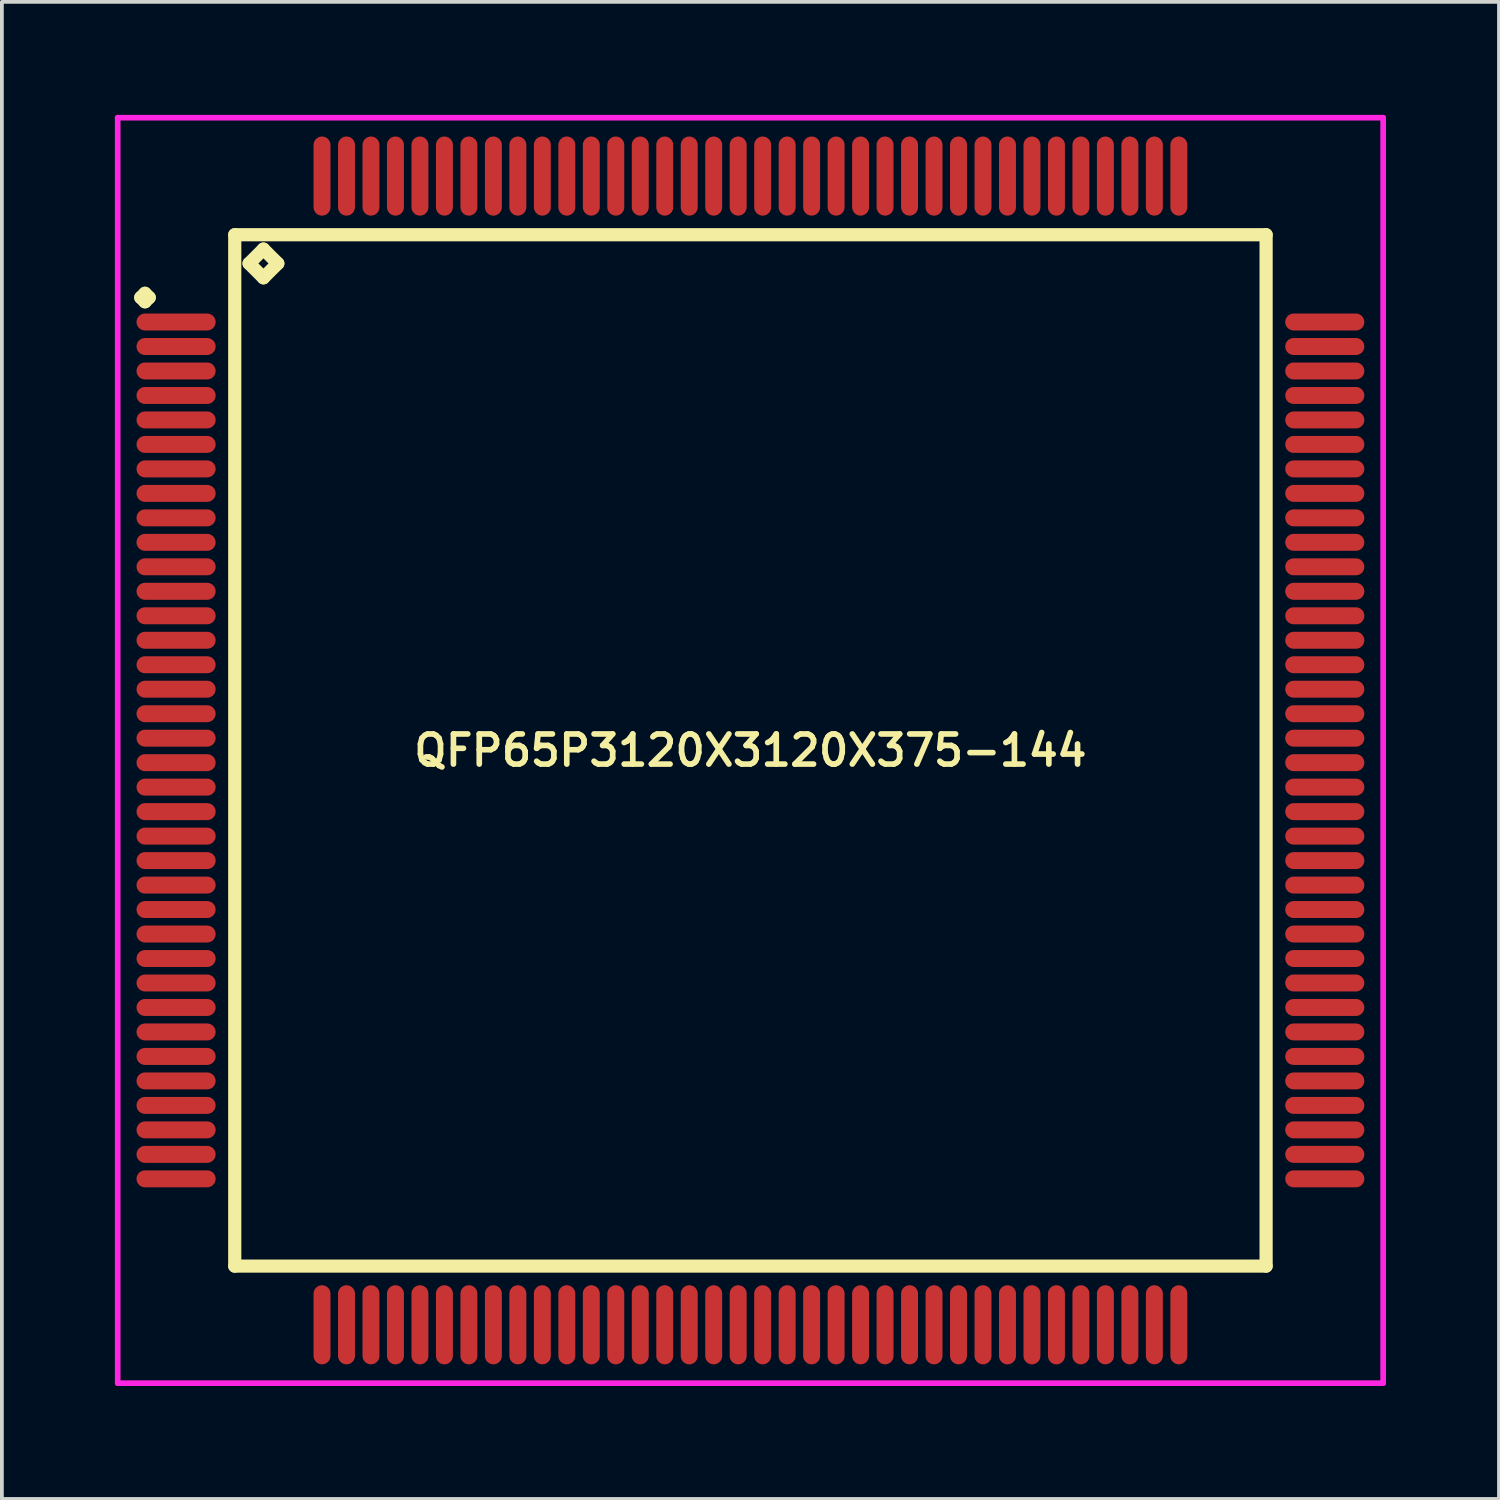
<source format=kicad_pcb>
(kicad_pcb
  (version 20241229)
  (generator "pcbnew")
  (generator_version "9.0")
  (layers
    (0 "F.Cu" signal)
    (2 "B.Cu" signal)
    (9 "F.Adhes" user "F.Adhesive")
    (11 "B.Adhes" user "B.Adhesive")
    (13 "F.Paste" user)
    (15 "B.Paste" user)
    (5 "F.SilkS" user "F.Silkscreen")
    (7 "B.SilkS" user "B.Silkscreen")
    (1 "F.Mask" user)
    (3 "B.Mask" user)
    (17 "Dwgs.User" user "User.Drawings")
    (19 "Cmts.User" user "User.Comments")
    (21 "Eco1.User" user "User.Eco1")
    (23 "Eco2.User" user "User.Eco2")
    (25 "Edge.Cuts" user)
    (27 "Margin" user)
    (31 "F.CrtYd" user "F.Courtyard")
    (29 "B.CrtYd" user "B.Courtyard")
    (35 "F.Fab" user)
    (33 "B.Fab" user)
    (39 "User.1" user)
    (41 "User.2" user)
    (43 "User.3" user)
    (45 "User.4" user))
  (footprint "QFP65P3120X3120X375-144"
    (layer "F.Cu")
    (at 16.875 16.875)
    (property "Reference" "QFP65P3120X3120X375-144" (at 0 0 0) (layer "F.SilkS") (effects (font (size 0.8 0.8) (thickness 0.15))))
    (attr smd)
    (fp_line (start -16.188 -12.025) (end -16.075 -12.137) (stroke (width 0.35) (type solid)) (layer "F.SilkS"))
    (fp_line (start -16.075 -12.137) (end -15.963 -12.025) (stroke (width 0.35) (type solid)) (layer "F.SilkS"))
    (fp_line (start -16.075 -11.912) (end -16.188 -12.025) (stroke (width 0.35) (type solid)) (layer "F.SilkS"))
    (fp_line (start -15.963 -12.025) (end -16.075 -11.912) (stroke (width 0.35) (type solid)) (layer "F.SilkS"))
    (fp_line (start -13.692 -13.692) (end -13.692 13.692) (stroke (width 0.35) (type solid)) (layer "F.SilkS"))
    (fp_line (start -13.692 13.692) (end 13.692 13.692) (stroke (width 0.35) (type solid)) (layer "F.SilkS"))
    (fp_line (start -13.311 -12.93) (end -12.93 -13.311) (stroke (width 0.35) (type solid)) (layer "F.SilkS"))
    (fp_line (start -12.93 -13.311) (end -12.549 -12.93) (stroke (width 0.35) (type solid)) (layer "F.SilkS"))
    (fp_line (start -12.93 -12.549) (end -13.311 -12.93) (stroke (width 0.35) (type solid)) (layer "F.SilkS"))
    (fp_line (start -12.549 -12.93) (end -12.93 -12.549) (stroke (width 0.35) (type solid)) (layer "F.SilkS"))
    (fp_line (start 13.692 -13.692) (end -13.692 -13.692) (stroke (width 0.35) (type solid)) (layer "F.SilkS"))
    (fp_line (start 13.692 13.692) (end 13.692 -13.692) (stroke (width 0.35) (type solid)) (layer "F.SilkS"))
    (fp_line (start -16.8 -16.8) (end 16.8 -16.8) (stroke (width 0.15) (type solid)) (layer "F.CrtYd"))
    (fp_line (start -16.8 16.8) (end -16.8 -16.8) (stroke (width 0.15) (type solid)) (layer "F.CrtYd"))
    (fp_line (start 16.8 -16.8) (end 16.8 16.8) (stroke (width 0.15) (type solid)) (layer "F.CrtYd"))
    (fp_line (start 16.8 16.8) (end -16.8 16.8) (stroke (width 0.15) (type solid)) (layer "F.CrtYd"))
    (pad "1" smd oval (at -15.25 -11.375) (size 2.1 0.45) (layers "F.Cu" "F.Mask" "F.Paste"))
    (pad "2" smd oval (at -15.25 -10.725) (size 2.1 0.45) (layers "F.Cu" "F.Mask" "F.Paste"))
    (pad "3" smd oval (at -15.25 -10.075) (size 2.1 0.45) (layers "F.Cu" "F.Mask" "F.Paste"))
    (pad "4" smd oval (at -15.25 -9.425) (size 2.1 0.45) (layers "F.Cu" "F.Mask" "F.Paste"))
    (pad "5" smd oval (at -15.25 -8.775) (size 2.1 0.45) (layers "F.Cu" "F.Mask" "F.Paste"))
    (pad "6" smd oval (at -15.25 -8.125) (size 2.1 0.45) (layers "F.Cu" "F.Mask" "F.Paste"))
    (pad "7" smd oval (at -15.25 -7.475) (size 2.1 0.45) (layers "F.Cu" "F.Mask" "F.Paste"))
    (pad "8" smd oval (at -15.25 -6.825) (size 2.1 0.45) (layers "F.Cu" "F.Mask" "F.Paste"))
    (pad "9" smd oval (at -15.25 -6.175) (size 2.1 0.45) (layers "F.Cu" "F.Mask" "F.Paste"))
    (pad "10" smd oval (at -15.25 -5.525) (size 2.1 0.45) (layers "F.Cu" "F.Mask" "F.Paste"))
    (pad "11" smd oval (at -15.25 -4.875) (size 2.1 0.45) (layers "F.Cu" "F.Mask" "F.Paste"))
    (pad "12" smd oval (at -15.25 -4.225) (size 2.1 0.45) (layers "F.Cu" "F.Mask" "F.Paste"))
    (pad "13" smd oval (at -15.25 -3.575) (size 2.1 0.45) (layers "F.Cu" "F.Mask" "F.Paste"))
    (pad "14" smd oval (at -15.25 -2.925) (size 2.1 0.45) (layers "F.Cu" "F.Mask" "F.Paste"))
    (pad "15" smd oval (at -15.25 -2.275) (size 2.1 0.45) (layers "F.Cu" "F.Mask" "F.Paste"))
    (pad "16" smd oval (at -15.25 -1.625) (size 2.1 0.45) (layers "F.Cu" "F.Mask" "F.Paste"))
    (pad "17" smd oval (at -15.25 -0.975) (size 2.1 0.45) (layers "F.Cu" "F.Mask" "F.Paste"))
    (pad "18" smd oval (at -15.25 -0.325) (size 2.1 0.45) (layers "F.Cu" "F.Mask" "F.Paste"))
    (pad "19" smd oval (at -15.25 0.325) (size 2.1 0.45) (layers "F.Cu" "F.Mask" "F.Paste"))
    (pad "20" smd oval (at -15.25 0.975) (size 2.1 0.45) (layers "F.Cu" "F.Mask" "F.Paste"))
    (pad "21" smd oval (at -15.25 1.625) (size 2.1 0.45) (layers "F.Cu" "F.Mask" "F.Paste"))
    (pad "22" smd oval (at -15.25 2.275) (size 2.1 0.45) (layers "F.Cu" "F.Mask" "F.Paste"))
    (pad "23" smd oval (at -15.25 2.925) (size 2.1 0.45) (layers "F.Cu" "F.Mask" "F.Paste"))
    (pad "24" smd oval (at -15.25 3.575) (size 2.1 0.45) (layers "F.Cu" "F.Mask" "F.Paste"))
    (pad "25" smd oval (at -15.25 4.225) (size 2.1 0.45) (layers "F.Cu" "F.Mask" "F.Paste"))
    (pad "26" smd oval (at -15.25 4.875) (size 2.1 0.45) (layers "F.Cu" "F.Mask" "F.Paste"))
    (pad "27" smd oval (at -15.25 5.525) (size 2.1 0.45) (layers "F.Cu" "F.Mask" "F.Paste"))
    (pad "28" smd oval (at -15.25 6.175) (size 2.1 0.45) (layers "F.Cu" "F.Mask" "F.Paste"))
    (pad "29" smd oval (at -15.25 6.825) (size 2.1 0.45) (layers "F.Cu" "F.Mask" "F.Paste"))
    (pad "30" smd oval (at -15.25 7.475) (size 2.1 0.45) (layers "F.Cu" "F.Mask" "F.Paste"))
    (pad "31" smd oval (at -15.25 8.125) (size 2.1 0.45) (layers "F.Cu" "F.Mask" "F.Paste"))
    (pad "32" smd oval (at -15.25 8.775) (size 2.1 0.45) (layers "F.Cu" "F.Mask" "F.Paste"))
    (pad "33" smd oval (at -15.25 9.425) (size 2.1 0.45) (layers "F.Cu" "F.Mask" "F.Paste"))
    (pad "34" smd oval (at -15.25 10.075) (size 2.1 0.45) (layers "F.Cu" "F.Mask" "F.Paste"))
    (pad "35" smd oval (at -15.25 10.725) (size 2.1 0.45) (layers "F.Cu" "F.Mask" "F.Paste"))
    (pad "36" smd oval (at -15.25 11.375) (size 2.1 0.45) (layers "F.Cu" "F.Mask" "F.Paste"))
    (pad "37" smd oval (at -11.375 15.25) (size 0.45 2.1) (layers "F.Cu" "F.Mask" "F.Paste"))
    (pad "38" smd oval (at -10.725 15.25) (size 0.45 2.1) (layers "F.Cu" "F.Mask" "F.Paste"))
    (pad "39" smd oval (at -10.075 15.25) (size 0.45 2.1) (layers "F.Cu" "F.Mask" "F.Paste"))
    (pad "40" smd oval (at -9.425 15.25) (size 0.45 2.1) (layers "F.Cu" "F.Mask" "F.Paste"))
    (pad "41" smd oval (at -8.775 15.25) (size 0.45 2.1) (layers "F.Cu" "F.Mask" "F.Paste"))
    (pad "42" smd oval (at -8.125 15.25) (size 0.45 2.1) (layers "F.Cu" "F.Mask" "F.Paste"))
    (pad "43" smd oval (at -7.475 15.25) (size 0.45 2.1) (layers "F.Cu" "F.Mask" "F.Paste"))
    (pad "44" smd oval (at -6.825 15.25) (size 0.45 2.1) (layers "F.Cu" "F.Mask" "F.Paste"))
    (pad "45" smd oval (at -6.175 15.25) (size 0.45 2.1) (layers "F.Cu" "F.Mask" "F.Paste"))
    (pad "46" smd oval (at -5.525 15.25) (size 0.45 2.1) (layers "F.Cu" "F.Mask" "F.Paste"))
    (pad "47" smd oval (at -4.875 15.25) (size 0.45 2.1) (layers "F.Cu" "F.Mask" "F.Paste"))
    (pad "48" smd oval (at -4.225 15.25) (size 0.45 2.1) (layers "F.Cu" "F.Mask" "F.Paste"))
    (pad "49" smd oval (at -3.575 15.25) (size 0.45 2.1) (layers "F.Cu" "F.Mask" "F.Paste"))
    (pad "50" smd oval (at -2.925 15.25) (size 0.45 2.1) (layers "F.Cu" "F.Mask" "F.Paste"))
    (pad "51" smd oval (at -2.275 15.25) (size 0.45 2.1) (layers "F.Cu" "F.Mask" "F.Paste"))
    (pad "52" smd oval (at -1.625 15.25) (size 0.45 2.1) (layers "F.Cu" "F.Mask" "F.Paste"))
    (pad "53" smd oval (at -0.975 15.25) (size 0.45 2.1) (layers "F.Cu" "F.Mask" "F.Paste"))
    (pad "54" smd oval (at -0.325 15.25) (size 0.45 2.1) (layers "F.Cu" "F.Mask" "F.Paste"))
    (pad "55" smd oval (at 0.325 15.25) (size 0.45 2.1) (layers "F.Cu" "F.Mask" "F.Paste"))
    (pad "56" smd oval (at 0.975 15.25) (size 0.45 2.1) (layers "F.Cu" "F.Mask" "F.Paste"))
    (pad "57" smd oval (at 1.625 15.25) (size 0.45 2.1) (layers "F.Cu" "F.Mask" "F.Paste"))
    (pad "58" smd oval (at 2.275 15.25) (size 0.45 2.1) (layers "F.Cu" "F.Mask" "F.Paste"))
    (pad "59" smd oval (at 2.925 15.25) (size 0.45 2.1) (layers "F.Cu" "F.Mask" "F.Paste"))
    (pad "60" smd oval (at 3.575 15.25) (size 0.45 2.1) (layers "F.Cu" "F.Mask" "F.Paste"))
    (pad "61" smd oval (at 4.225 15.25) (size 0.45 2.1) (layers "F.Cu" "F.Mask" "F.Paste"))
    (pad "62" smd oval (at 4.875 15.25) (size 0.45 2.1) (layers "F.Cu" "F.Mask" "F.Paste"))
    (pad "63" smd oval (at 5.525 15.25) (size 0.45 2.1) (layers "F.Cu" "F.Mask" "F.Paste"))
    (pad "64" smd oval (at 6.175 15.25) (size 0.45 2.1) (layers "F.Cu" "F.Mask" "F.Paste"))
    (pad "65" smd oval (at 6.825 15.25) (size 0.45 2.1) (layers "F.Cu" "F.Mask" "F.Paste"))
    (pad "66" smd oval (at 7.475 15.25) (size 0.45 2.1) (layers "F.Cu" "F.Mask" "F.Paste"))
    (pad "67" smd oval (at 8.125 15.25) (size 0.45 2.1) (layers "F.Cu" "F.Mask" "F.Paste"))
    (pad "68" smd oval (at 8.775 15.25) (size 0.45 2.1) (layers "F.Cu" "F.Mask" "F.Paste"))
    (pad "69" smd oval (at 9.425 15.25) (size 0.45 2.1) (layers "F.Cu" "F.Mask" "F.Paste"))
    (pad "70" smd oval (at 10.075 15.25) (size 0.45 2.1) (layers "F.Cu" "F.Mask" "F.Paste"))
    (pad "71" smd oval (at 10.725 15.25) (size 0.45 2.1) (layers "F.Cu" "F.Mask" "F.Paste"))
    (pad "72" smd oval (at 11.375 15.25) (size 0.45 2.1) (layers "F.Cu" "F.Mask" "F.Paste"))
    (pad "73" smd oval (at 15.25 11.375) (size 2.1 0.45) (layers "F.Cu" "F.Mask" "F.Paste"))
    (pad "74" smd oval (at 15.25 10.725) (size 2.1 0.45) (layers "F.Cu" "F.Mask" "F.Paste"))
    (pad "75" smd oval (at 15.25 10.075) (size 2.1 0.45) (layers "F.Cu" "F.Mask" "F.Paste"))
    (pad "76" smd oval (at 15.25 9.425) (size 2.1 0.45) (layers "F.Cu" "F.Mask" "F.Paste"))
    (pad "77" smd oval (at 15.25 8.775) (size 2.1 0.45) (layers "F.Cu" "F.Mask" "F.Paste"))
    (pad "78" smd oval (at 15.25 8.125) (size 2.1 0.45) (layers "F.Cu" "F.Mask" "F.Paste"))
    (pad "79" smd oval (at 15.25 7.475) (size 2.1 0.45) (layers "F.Cu" "F.Mask" "F.Paste"))
    (pad "80" smd oval (at 15.25 6.825) (size 2.1 0.45) (layers "F.Cu" "F.Mask" "F.Paste"))
    (pad "81" smd oval (at 15.25 6.175) (size 2.1 0.45) (layers "F.Cu" "F.Mask" "F.Paste"))
    (pad "82" smd oval (at 15.25 5.525) (size 2.1 0.45) (layers "F.Cu" "F.Mask" "F.Paste"))
    (pad "83" smd oval (at 15.25 4.875) (size 2.1 0.45) (layers "F.Cu" "F.Mask" "F.Paste"))
    (pad "84" smd oval (at 15.25 4.225) (size 2.1 0.45) (layers "F.Cu" "F.Mask" "F.Paste"))
    (pad "85" smd oval (at 15.25 3.575) (size 2.1 0.45) (layers "F.Cu" "F.Mask" "F.Paste"))
    (pad "86" smd oval (at 15.25 2.925) (size 2.1 0.45) (layers "F.Cu" "F.Mask" "F.Paste"))
    (pad "87" smd oval (at 15.25 2.275) (size 2.1 0.45) (layers "F.Cu" "F.Mask" "F.Paste"))
    (pad "88" smd oval (at 15.25 1.625) (size 2.1 0.45) (layers "F.Cu" "F.Mask" "F.Paste"))
    (pad "89" smd oval (at 15.25 0.975) (size 2.1 0.45) (layers "F.Cu" "F.Mask" "F.Paste"))
    (pad "90" smd oval (at 15.25 0.325) (size 2.1 0.45) (layers "F.Cu" "F.Mask" "F.Paste"))
    (pad "91" smd oval (at 15.25 -0.325) (size 2.1 0.45) (layers "F.Cu" "F.Mask" "F.Paste"))
    (pad "92" smd oval (at 15.25 -0.975) (size 2.1 0.45) (layers "F.Cu" "F.Mask" "F.Paste"))
    (pad "93" smd oval (at 15.25 -1.625) (size 2.1 0.45) (layers "F.Cu" "F.Mask" "F.Paste"))
    (pad "94" smd oval (at 15.25 -2.275) (size 2.1 0.45) (layers "F.Cu" "F.Mask" "F.Paste"))
    (pad "95" smd oval (at 15.25 -2.925) (size 2.1 0.45) (layers "F.Cu" "F.Mask" "F.Paste"))
    (pad "96" smd oval (at 15.25 -3.575) (size 2.1 0.45) (layers "F.Cu" "F.Mask" "F.Paste"))
    (pad "97" smd oval (at 15.25 -4.225) (size 2.1 0.45) (layers "F.Cu" "F.Mask" "F.Paste"))
    (pad "98" smd oval (at 15.25 -4.875) (size 2.1 0.45) (layers "F.Cu" "F.Mask" "F.Paste"))
    (pad "99" smd oval (at 15.25 -5.525) (size 2.1 0.45) (layers "F.Cu" "F.Mask" "F.Paste"))
    (pad "100" smd oval (at 15.25 -6.175) (size 2.1 0.45) (layers "F.Cu" "F.Mask" "F.Paste"))
    (pad "101" smd oval (at 15.25 -6.825) (size 2.1 0.45) (layers "F.Cu" "F.Mask" "F.Paste"))
    (pad "102" smd oval (at 15.25 -7.475) (size 2.1 0.45) (layers "F.Cu" "F.Mask" "F.Paste"))
    (pad "103" smd oval (at 15.25 -8.125) (size 2.1 0.45) (layers "F.Cu" "F.Mask" "F.Paste"))
    (pad "104" smd oval (at 15.25 -8.775) (size 2.1 0.45) (layers "F.Cu" "F.Mask" "F.Paste"))
    (pad "105" smd oval (at 15.25 -9.425) (size 2.1 0.45) (layers "F.Cu" "F.Mask" "F.Paste"))
    (pad "106" smd oval (at 15.25 -10.075) (size 2.1 0.45) (layers "F.Cu" "F.Mask" "F.Paste"))
    (pad "107" smd oval (at 15.25 -10.725) (size 2.1 0.45) (layers "F.Cu" "F.Mask" "F.Paste"))
    (pad "108" smd oval (at 15.25 -11.375) (size 2.1 0.45) (layers "F.Cu" "F.Mask" "F.Paste"))
    (pad "109" smd oval (at 11.375 -15.25) (size 0.45 2.1) (layers "F.Cu" "F.Mask" "F.Paste"))
    (pad "110" smd oval (at 10.725 -15.25) (size 0.45 2.1) (layers "F.Cu" "F.Mask" "F.Paste"))
    (pad "111" smd oval (at 10.075 -15.25) (size 0.45 2.1) (layers "F.Cu" "F.Mask" "F.Paste"))
    (pad "112" smd oval (at 9.425 -15.25) (size 0.45 2.1) (layers "F.Cu" "F.Mask" "F.Paste"))
    (pad "113" smd oval (at 8.775 -15.25) (size 0.45 2.1) (layers "F.Cu" "F.Mask" "F.Paste"))
    (pad "114" smd oval (at 8.125 -15.25) (size 0.45 2.1) (layers "F.Cu" "F.Mask" "F.Paste"))
    (pad "115" smd oval (at 7.475 -15.25) (size 0.45 2.1) (layers "F.Cu" "F.Mask" "F.Paste"))
    (pad "116" smd oval (at 6.825 -15.25) (size 0.45 2.1) (layers "F.Cu" "F.Mask" "F.Paste"))
    (pad "117" smd oval (at 6.175 -15.25) (size 0.45 2.1) (layers "F.Cu" "F.Mask" "F.Paste"))
    (pad "118" smd oval (at 5.525 -15.25) (size 0.45 2.1) (layers "F.Cu" "F.Mask" "F.Paste"))
    (pad "119" smd oval (at 4.875 -15.25) (size 0.45 2.1) (layers "F.Cu" "F.Mask" "F.Paste"))
    (pad "120" smd oval (at 4.225 -15.25) (size 0.45 2.1) (layers "F.Cu" "F.Mask" "F.Paste"))
    (pad "121" smd oval (at 3.575 -15.25) (size 0.45 2.1) (layers "F.Cu" "F.Mask" "F.Paste"))
    (pad "122" smd oval (at 2.925 -15.25) (size 0.45 2.1) (layers "F.Cu" "F.Mask" "F.Paste"))
    (pad "123" smd oval (at 2.275 -15.25) (size 0.45 2.1) (layers "F.Cu" "F.Mask" "F.Paste"))
    (pad "124" smd oval (at 1.625 -15.25) (size 0.45 2.1) (layers "F.Cu" "F.Mask" "F.Paste"))
    (pad "125" smd oval (at 0.975 -15.25) (size 0.45 2.1) (layers "F.Cu" "F.Mask" "F.Paste"))
    (pad "126" smd oval (at 0.325 -15.25) (size 0.45 2.1) (layers "F.Cu" "F.Mask" "F.Paste"))
    (pad "127" smd oval (at -0.325 -15.25) (size 0.45 2.1) (layers "F.Cu" "F.Mask" "F.Paste"))
    (pad "128" smd oval (at -0.975 -15.25) (size 0.45 2.1) (layers "F.Cu" "F.Mask" "F.Paste"))
    (pad "129" smd oval (at -1.625 -15.25) (size 0.45 2.1) (layers "F.Cu" "F.Mask" "F.Paste"))
    (pad "130" smd oval (at -2.275 -15.25) (size 0.45 2.1) (layers "F.Cu" "F.Mask" "F.Paste"))
    (pad "131" smd oval (at -2.925 -15.25) (size 0.45 2.1) (layers "F.Cu" "F.Mask" "F.Paste"))
    (pad "132" smd oval (at -3.575 -15.25) (size 0.45 2.1) (layers "F.Cu" "F.Mask" "F.Paste"))
    (pad "133" smd oval (at -4.225 -15.25) (size 0.45 2.1) (layers "F.Cu" "F.Mask" "F.Paste"))
    (pad "134" smd oval (at -4.875 -15.25) (size 0.45 2.1) (layers "F.Cu" "F.Mask" "F.Paste"))
    (pad "135" smd oval (at -5.525 -15.25) (size 0.45 2.1) (layers "F.Cu" "F.Mask" "F.Paste"))
    (pad "136" smd oval (at -6.175 -15.25) (size 0.45 2.1) (layers "F.Cu" "F.Mask" "F.Paste"))
    (pad "137" smd oval (at -6.825 -15.25) (size 0.45 2.1) (layers "F.Cu" "F.Mask" "F.Paste"))
    (pad "138" smd oval (at -7.475 -15.25) (size 0.45 2.1) (layers "F.Cu" "F.Mask" "F.Paste"))
    (pad "139" smd oval (at -8.125 -15.25) (size 0.45 2.1) (layers "F.Cu" "F.Mask" "F.Paste"))
    (pad "140" smd oval (at -8.775 -15.25) (size 0.45 2.1) (layers "F.Cu" "F.Mask" "F.Paste"))
    (pad "141" smd oval (at -9.425 -15.25) (size 0.45 2.1) (layers "F.Cu" "F.Mask" "F.Paste"))
    (pad "142" smd oval (at -10.075 -15.25) (size 0.45 2.1) (layers "F.Cu" "F.Mask" "F.Paste"))
    (pad "143" smd oval (at -10.725 -15.25) (size 0.45 2.1) (layers "F.Cu" "F.Mask" "F.Paste"))
    (pad "144" smd oval (at -11.375 -15.25) (size 0.45 2.1) (layers "F.Cu" "F.Mask" "F.Paste")))
  (gr_rect
    (start -3 -3)
    (end 36.75 36.75)
    (stroke (width 0.1) (type default))
    (fill no)
    (layer "Edge.Cuts")))
</source>
